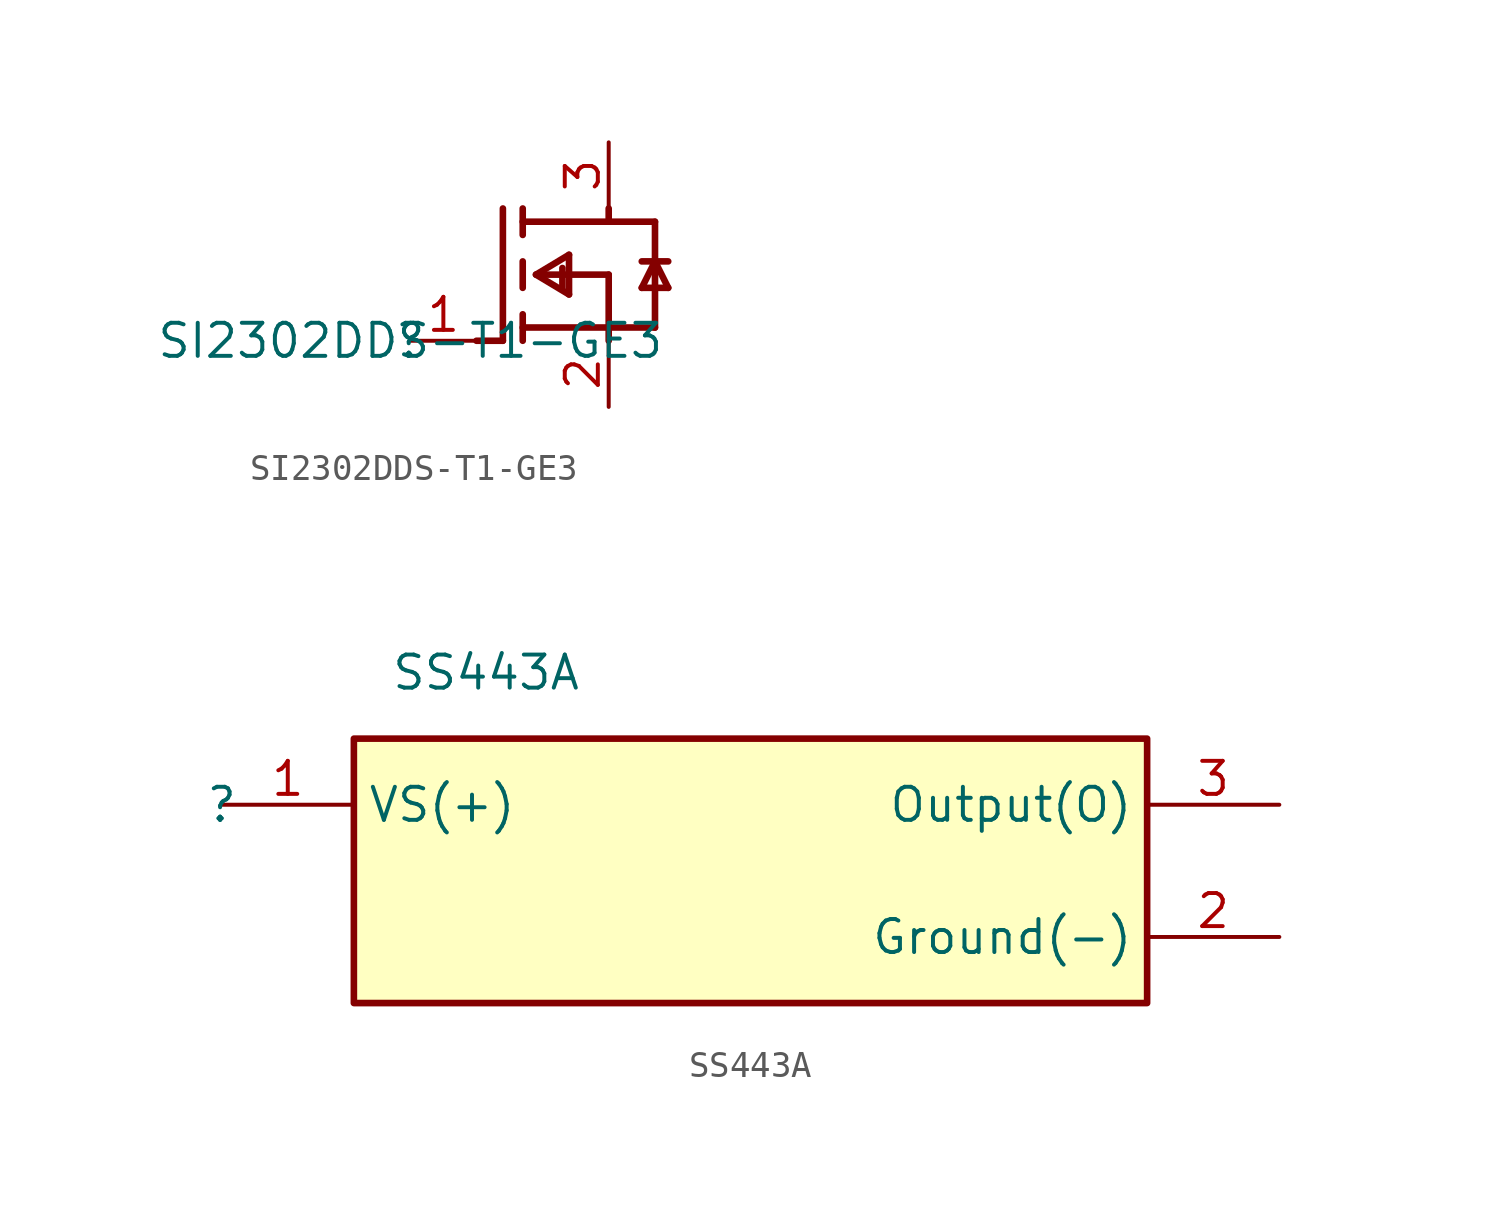
<source format=kicad_sym>
(kicad_symbol_lib
  (version 20211014)
  (generator kicad_symbol_editor)
  (symbol "SI2302DDS-T1-GE3"
    (property "Reference" ""
      (at 0 0 0)
      (effects (font (size 1.27 1.27))))
    (property "Value" "SI2302DDS-T1-GE3"
      (at 0 0 0)
      (effects (font (size 1.27 1.27))))
    (symbol "SI2302DDS-T1-GE3_1_0"
      (polyline (pts (xy 3.556 0) (xy 2.54 0)) (stroke (width 0.254) (type default) (color 0 0 0 0)) (fill (type none)))
      (polyline (pts (xy 3.556 0) (xy 3.556 5.08)) (stroke (width 0.254) (type default) (color 0 0 0 0)) (fill (type none)))
      (polyline (pts (xy 4.318 0.508) (xy 7.62 0.508)) (stroke (width 0.254) (type default) (color 0 0 0 0)) (fill (type none)))
      (polyline (pts (xy 4.318 1.016) (xy 4.318 0)) (stroke (width 0.254) (type default) (color 0 0 0 0)) (fill (type none)))
      (polyline (pts (xy 4.318 3.048) (xy 4.318 2.032)) (stroke (width 0.254) (type default) (color 0 0 0 0)) (fill (type none)))
      (polyline (pts (xy 4.318 4.064) (xy 4.318 5.08)) (stroke (width 0.254) (type default) (color 0 0 0 0)) (fill (type none)))
      (polyline (pts (xy 4.318 4.572) (xy 7.62 4.572)) (stroke (width 0.254) (type default) (color 0 0 0 0)) (fill (type none)))
      (polyline (pts (xy 4.826 2.54) (xy 6.096 1.778)) (stroke (width 0.254) (type default) (color 0 0 0 0)) (fill (type none)))
      (polyline (pts (xy 4.826 2.54) (xy 6.096 3.302)) (stroke (width 0.254) (type default) (color 0 0 0 0)) (fill (type none)))
      (polyline (pts (xy 5.08 2.54) (xy 7.62 2.54)) (stroke (width 0.254) (type default) (color 0 0 0 0)) (fill (type none)))
      (polyline (pts (xy 5.842 2.794) (xy 5.842 2.032)) (stroke (width 0.254) (type default) (color 0 0 0 0)) (fill (type none)))
      (polyline (pts (xy 6.096 3.302) (xy 6.096 1.778)) (stroke (width 0.254) (type default) (color 0 0 0 0)) (fill (type none)))
      (polyline (pts (xy 7.62 0.508) (xy 9.398 0.508)) (stroke (width 0.254) (type default) (color 0 0 0 0)) (fill (type none)))
      (polyline (pts (xy 7.62 2.54) (xy 7.62 0)) (stroke (width 0.254) (type default) (color 0 0 0 0)) (fill (type none)))
      (polyline (pts (xy 7.62 4.572) (xy 7.62 5.08)) (stroke (width 0.254) (type default) (color 0 0 0 0)) (fill (type none)))
      (polyline (pts (xy 8.89 2.032) (xy 9.906 2.032)) (stroke (width 0.254) (type default) (color 0 0 0 0)) (fill (type none)))
      (polyline (pts (xy 9.398 0.508) (xy 9.398 4.572)) (stroke (width 0.254) (type default) (color 0 0 0 0)) (fill (type none)))
      (polyline (pts (xy 9.398 3.048) (xy 8.89 2.032)) (stroke (width 0.254) (type default) (color 0 0 0 0)) (fill (type none)))
      (polyline (pts (xy 9.398 3.048) (xy 8.89 3.048)) (stroke (width 0.254) (type default) (color 0 0 0 0)) (fill (type none)))
      (polyline (pts (xy 9.398 3.048) (xy 9.906 3.048)) (stroke (width 0.254) (type default) (color 0 0 0 0)) (fill (type none)))
      (polyline (pts (xy 9.398 4.572) (xy 7.62 4.572)) (stroke (width 0.254) (type default) (color 0 0 0 0)) (fill (type none)))
      (polyline (pts (xy 9.906 2.032) (xy 9.398 3.048)) (stroke (width 0.254) (type default) (color 0 0 0 0)) (fill (type none)))
      (pin passive line (at 0 0 0) (length 2.54) (name "G" (effects (font (size 0 0)))) (number "1" (effects (font (size 1.27 1.27)))))
      (pin passive line (at 7.62 -2.54 90) (length 2.54) (name "S" (effects (font (size 0 0)))) (number "2" (effects (font (size 1.27 1.27)))))
      (pin passive line (at 7.62 7.62 270) (length 2.54) (name "D" (effects (font (size 0 0)))) (number "3" (effects (font (size 1.27 1.27)))))))
  (symbol "SS443A"
    (property "Reference" ""
      (at 0 0 0)
      (effects (font (size 1.27 1.27))))
    (property "Value" "SS443A"
      (at 10.16 5.08 0)
      (effects (font (size 1.27 1.27))))
    (symbol "SS443A_1_0"
      (rectangle (start 35.56 2.54) (end 5.08 -7.62) (stroke (width 0.254) (type default) (color 0 0 0 0)) (fill (type background)))
      (pin power_in line (at 0 0 0) (length 5.08) (name "VS(+)" (effects (font (size 1.27 1.27)))) (number "1" (effects (font (size 1.27 1.27)))))
      (pin power_in line (at 40.64 -5.08 180) (length 5.08) (name "Ground(-)" (effects (font (size 1.27 1.27)))) (number "2" (effects (font (size 1.27 1.27)))))
      (pin passive line (at 40.64 0 180) (length 5.08) (name "Output(O)" (effects (font (size 1.27 1.27)))) (number "3" (effects (font (size 1.27 1.27))))))))
</source>
